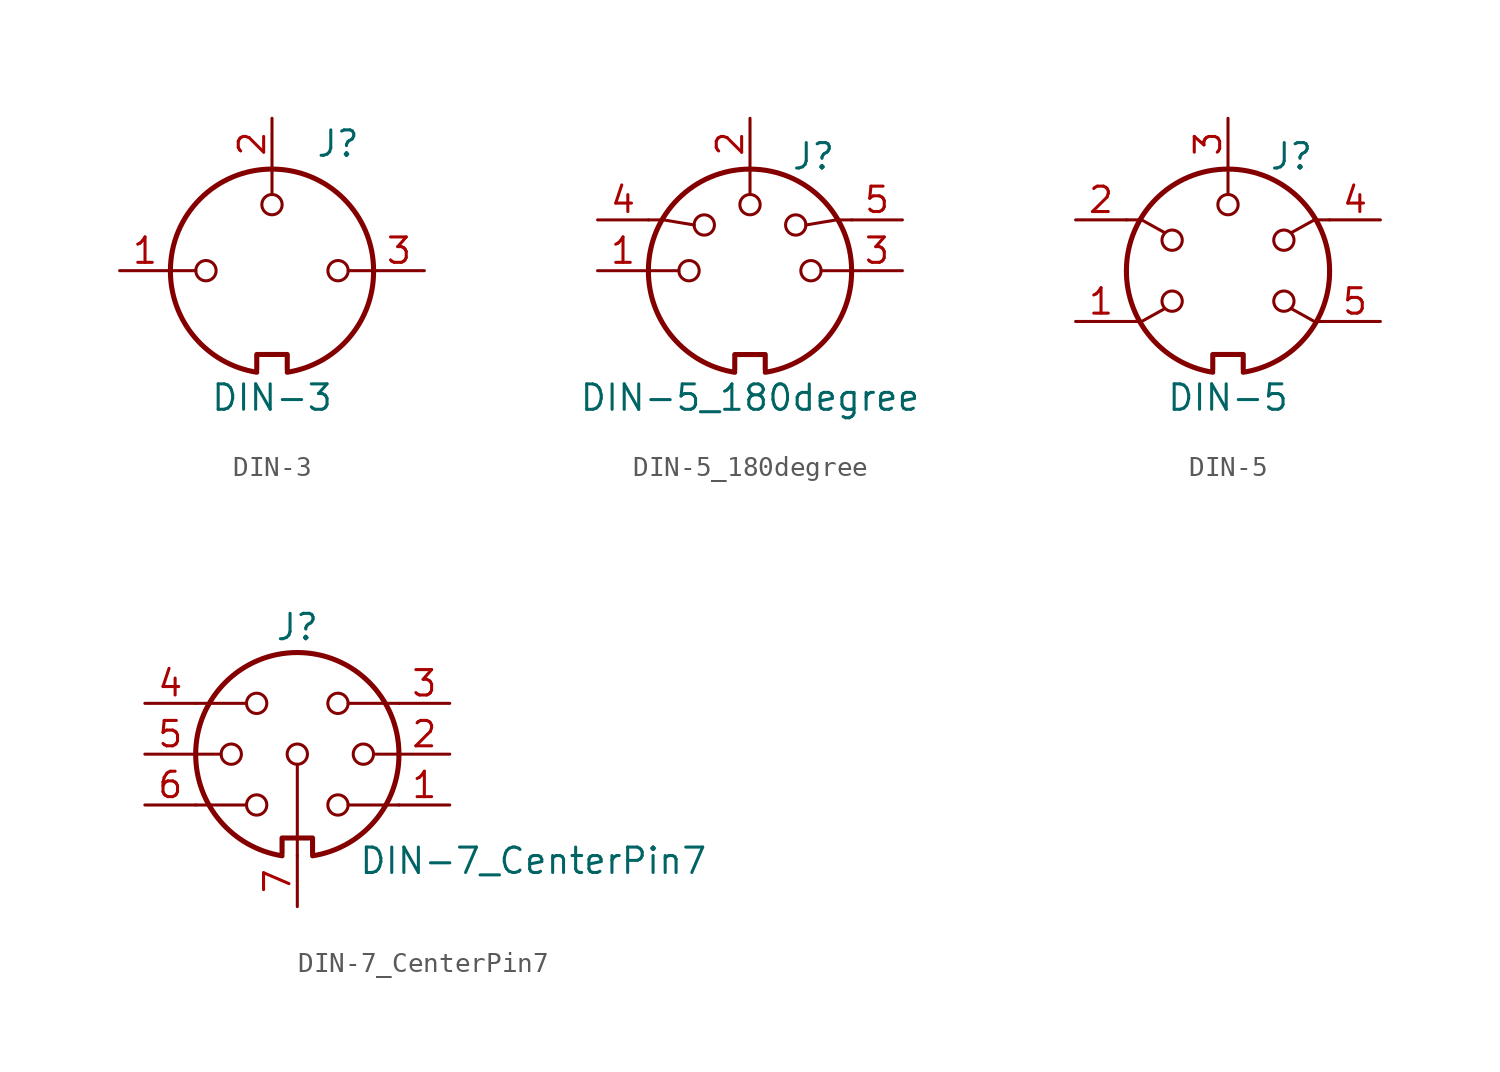
<source format=kicad_sym>
(kicad_symbol_lib
  (version 20220914)
  (generator kicad_symbol_editor)
  (symbol "DIN-3"
    (pin_names
      (offset 1.016))
    (property "Reference" "J"
      (at 3.302 6.35 0)
      (effects (font (size 1.27 1.27))))
    (property "Value" "DIN-3"
      (at 0 -6.35 0)
      (effects (font (size 1.27 1.27))))
    (symbol "DIN-3_0_1"
      (arc (start -5.08 0) (mid -3.8609 -3.3364) (end -0.762 -5.08) (stroke (width 0.254) (type default)) (fill (type none)))
      (circle (center -3.302 0) (radius 0.508) (stroke (width 0) (type default)) (fill (type none)))
      (polyline (pts (xy -3.81 0) (xy -5.08 0)) (stroke (width 0) (type default)) (fill (type none)))
      (polyline (pts (xy 0 3.81) (xy 0 5.08)) (stroke (width 0) (type default)) (fill (type none)))
      (polyline (pts (xy 5.08 0) (xy 3.81 0)) (stroke (width 0) (type default)) (fill (type none)))
      (polyline (pts (xy -0.762 -4.953) (xy -0.762 -4.191) (xy 0.762 -4.191) (xy 0.762 -4.953)) (stroke (width 0.254) (type default)) (fill (type none)))
      (circle (center 0 3.302) (radius 0.508) (stroke (width 0) (type default)) (fill (type none)))
      (arc (start 0.762 -5.08) (mid 3.8685 -3.343) (end 5.08 0) (stroke (width 0.254) (type default)) (fill (type none)))
      (circle (center 3.302 0) (radius 0.508) (stroke (width 0) (type default)) (fill (type none)))
      (arc (start 5.08 0) (mid 0 5.0579) (end -5.08 0) (stroke (width 0.254) (type default)) (fill (type none))))
    (symbol "DIN-3_1_1"
      (pin passive line (at -7.62 0 0) (length 2.54) (name "~" (effects (font (size 1.27 1.27)))) (number "1" (effects (font (size 1.27 1.27)))))
      (pin passive line (at 0 7.62 270) (length 2.54) (name "~" (effects (font (size 1.27 1.27)))) (number "2" (effects (font (size 1.27 1.27)))))
      (pin passive line (at 7.62 0 180) (length 2.54) (name "~" (effects (font (size 1.27 1.27)))) (number "3" (effects (font (size 1.27 1.27)))))))
  (symbol "DIN-5_180degree"
    (pin_names
      (offset 1.016))
    (property "Reference" "J"
      (at 3.175 5.715 0)
      (effects (font (size 1.27 1.27))))
    (property "Value" "DIN-5_180degree"
      (at 0 -6.35 0)
      (effects (font (size 1.27 1.27))))
    (symbol "DIN-5_180degree_0_1"
      (arc (start -5.08 0) (mid -3.8609 -3.3364) (end -0.762 -5.08) (stroke (width 0.254) (type default)) (fill (type none)))
      (circle (center -3.048 0) (radius 0.508) (stroke (width 0) (type default)) (fill (type none)))
      (circle (center -2.286 2.286) (radius 0.508) (stroke (width 0) (type default)) (fill (type none)))
      (polyline (pts (xy -5.08 0) (xy -3.556 0)) (stroke (width 0) (type default)) (fill (type none)))
      (polyline (pts (xy 0 5.08) (xy 0 3.81)) (stroke (width 0) (type default)) (fill (type none)))
      (polyline (pts (xy 5.08 0) (xy 3.556 0)) (stroke (width 0) (type default)) (fill (type none)))
      (polyline (pts (xy -5.08 2.54) (xy -4.318 2.54) (xy -2.794 2.286)) (stroke (width 0) (type default)) (fill (type none)))
      (polyline (pts (xy 5.08 2.54) (xy 4.318 2.54) (xy 2.794 2.286)) (stroke (width 0) (type default)) (fill (type none)))
      (polyline (pts (xy -0.762 -4.953) (xy -0.762 -4.191) (xy 0.762 -4.191) (xy 0.762 -4.953)) (stroke (width 0.254) (type default)) (fill (type none)))
      (circle (center 0 3.302) (radius 0.508) (stroke (width 0) (type default)) (fill (type none)))
      (arc (start 0.762 -5.08) (mid 3.8685 -3.343) (end 5.08 0) (stroke (width 0.254) (type default)) (fill (type none)))
      (circle (center 2.286 2.286) (radius 0.508) (stroke (width 0) (type default)) (fill (type none)))
      (circle (center 3.048 0) (radius 0.508) (stroke (width 0) (type default)) (fill (type none)))
      (arc (start 5.08 0) (mid 0 5.0579) (end -5.08 0) (stroke (width 0.254) (type default)) (fill (type none))))
    (symbol "DIN-5_180degree_1_1"
      (pin passive line (at -7.62 0 0) (length 2.54) (name "~" (effects (font (size 1.27 1.27)))) (number "1" (effects (font (size 1.27 1.27)))))
      (pin passive line (at 0 7.62 270) (length 2.54) (name "~" (effects (font (size 1.27 1.27)))) (number "2" (effects (font (size 1.27 1.27)))))
      (pin passive line (at 7.62 0 180) (length 2.54) (name "~" (effects (font (size 1.27 1.27)))) (number "3" (effects (font (size 1.27 1.27)))))
      (pin passive line (at -7.62 2.54 0) (length 2.54) (name "~" (effects (font (size 1.27 1.27)))) (number "4" (effects (font (size 1.27 1.27)))))
      (pin passive line (at 7.62 2.54 180) (length 2.54) (name "~" (effects (font (size 1.27 1.27)))) (number "5" (effects (font (size 1.27 1.27)))))))
  (symbol "DIN-5"
    (pin_names
      (offset 1.016))
    (property "Reference" "J"
      (at 3.175 5.715 0)
      (effects (font (size 1.27 1.27))))
    (property "Value" "DIN-5"
      (at 0 -6.35 0)
      (effects (font (size 1.27 1.27))))
    (symbol "DIN-5_0_1"
      (arc (start -5.08 0) (mid -3.8609 -3.3364) (end -0.762 -5.08) (stroke (width 0.254) (type default)) (fill (type none)))
      (circle (center -2.794 -1.524) (radius 0.508) (stroke (width 0) (type default)) (fill (type none)))
      (circle (center -2.794 1.524) (radius 0.508) (stroke (width 0) (type default)) (fill (type none)))
      (polyline (pts (xy 0 5.08) (xy 0 3.81)) (stroke (width 0) (type default)) (fill (type none)))
      (polyline (pts (xy -5.08 -2.54) (xy -4.318 -2.54) (xy -3.175 -1.905)) (stroke (width 0) (type default)) (fill (type none)))
      (polyline (pts (xy -5.08 2.54) (xy -4.318 2.54) (xy -3.175 1.905)) (stroke (width 0) (type default)) (fill (type none)))
      (polyline (pts (xy 5.08 -2.54) (xy 4.318 -2.54) (xy 3.175 -1.905)) (stroke (width 0) (type default)) (fill (type none)))
      (polyline (pts (xy 5.08 2.54) (xy 4.318 2.54) (xy 3.175 1.905)) (stroke (width 0) (type default)) (fill (type none)))
      (polyline (pts (xy -0.762 -4.953) (xy -0.762 -4.191) (xy 0.762 -4.191) (xy 0.762 -4.953)) (stroke (width 0.254) (type default)) (fill (type none)))
      (circle (center 0 3.302) (radius 0.508) (stroke (width 0) (type default)) (fill (type none)))
      (arc (start 0.762 -5.08) (mid 3.8685 -3.343) (end 5.08 0) (stroke (width 0.254) (type default)) (fill (type none)))
      (circle (center 2.794 -1.524) (radius 0.508) (stroke (width 0) (type default)) (fill (type none)))
      (circle (center 2.794 1.524) (radius 0.508) (stroke (width 0) (type default)) (fill (type none)))
      (arc (start 5.08 0) (mid 0 5.0579) (end -5.08 0) (stroke (width 0.254) (type default)) (fill (type none))))
    (symbol "DIN-5_1_1"
      (pin passive line (at -7.62 -2.54 0) (length 2.54) (name "~" (effects (font (size 1.27 1.27)))) (number "1" (effects (font (size 1.27 1.27)))))
      (pin passive line (at -7.62 2.54 0) (length 2.54) (name "~" (effects (font (size 1.27 1.27)))) (number "2" (effects (font (size 1.27 1.27)))))
      (pin passive line (at 0 7.62 270) (length 2.54) (name "~" (effects (font (size 1.27 1.27)))) (number "3" (effects (font (size 1.27 1.27)))))
      (pin passive line (at 7.62 2.54 180) (length 2.54) (name "~" (effects (font (size 1.27 1.27)))) (number "4" (effects (font (size 1.27 1.27)))))
      (pin passive line (at 7.62 -2.54 180) (length 2.54) (name "~" (effects (font (size 1.27 1.27)))) (number "5" (effects (font (size 1.27 1.27)))))))
  (symbol "DIN-7_CenterPin7"
    (pin_names
      (offset 1.016))
    (property "Reference" "J"
      (at 0 6.35 0)
      (effects (font (size 1.27 1.27))))
    (property "Value" "DIN-7_CenterPin7"
      (at 3.048 -5.334 0)
      (effects (font (size 1.27 1.27)) (justify left)))
    (symbol "DIN-7_CenterPin7_0_1"
      (arc (start -5.08 0) (mid -3.8609 -3.3364) (end -0.762 -5.08) (stroke (width 0.254) (type default)) (fill (type none)))
      (circle (center -3.302 0) (radius 0.508) (stroke (width 0) (type default)) (fill (type none)))
      (circle (center -2.032 -2.54) (radius 0.508) (stroke (width 0) (type default)) (fill (type none)))
      (circle (center -2.032 2.54) (radius 0.508) (stroke (width 0) (type default)) (fill (type none)))
      (polyline (pts (xy -5.08 0) (xy -3.81 0)) (stroke (width 0) (type default)) (fill (type none)))
      (polyline (pts (xy 0 -0.508) (xy 0 -5.08)) (stroke (width 0) (type default)) (fill (type none)))
      (polyline (pts (xy 5.08 0) (xy 3.81 0)) (stroke (width 0) (type default)) (fill (type none)))
      (polyline (pts (xy -5.08 -2.54) (xy -4.318 -2.54) (xy -2.54 -2.54)) (stroke (width 0) (type default)) (fill (type none)))
      (polyline (pts (xy -5.08 2.54) (xy -4.318 2.54) (xy -2.54 2.54)) (stroke (width 0) (type default)) (fill (type none)))
      (polyline (pts (xy 5.08 -2.54) (xy 4.318 -2.54) (xy 2.54 -2.54)) (stroke (width 0) (type default)) (fill (type none)))
      (polyline (pts (xy 5.08 2.54) (xy 4.318 2.54) (xy 2.54 2.54)) (stroke (width 0) (type default)) (fill (type none)))
      (polyline (pts (xy -0.762 -4.953) (xy -0.762 -4.191) (xy 0.762 -4.191) (xy 0.762 -4.953)) (stroke (width 0.254) (type default)) (fill (type none)))
      (circle (center 0 0) (radius 0.508) (stroke (width 0) (type default)) (fill (type none)))
      (arc (start 0.762 -5.08) (mid 3.8685 -3.343) (end 5.08 0) (stroke (width 0.254) (type default)) (fill (type none)))
      (circle (center 2.032 -2.54) (radius 0.508) (stroke (width 0) (type default)) (fill (type none)))
      (circle (center 2.032 2.54) (radius 0.508) (stroke (width 0) (type default)) (fill (type none)))
      (circle (center 3.302 0) (radius 0.508) (stroke (width 0) (type default)) (fill (type none)))
      (arc (start 5.08 0) (mid 0 5.0579) (end -5.08 0) (stroke (width 0.254) (type default)) (fill (type none))))
    (symbol "DIN-7_CenterPin7_1_1"
      (pin passive line (at 7.62 -2.54 180) (length 2.54) (name "~" (effects (font (size 1.27 1.27)))) (number "1" (effects (font (size 1.27 1.27)))))
      (pin passive line (at 7.62 0 180) (length 2.54) (name "~" (effects (font (size 1.27 1.27)))) (number "2" (effects (font (size 1.27 1.27)))))
      (pin passive line (at 7.62 2.54 180) (length 2.54) (name "~" (effects (font (size 1.27 1.27)))) (number "3" (effects (font (size 1.27 1.27)))))
      (pin passive line (at -7.62 2.54 0) (length 2.54) (name "~" (effects (font (size 1.27 1.27)))) (number "4" (effects (font (size 1.27 1.27)))))
      (pin passive line (at -7.62 0 0) (length 2.54) (name "~" (effects (font (size 1.27 1.27)))) (number "5" (effects (font (size 1.27 1.27)))))
      (pin passive line (at -7.62 -2.54 0) (length 2.54) (name "~" (effects (font (size 1.27 1.27)))) (number "6" (effects (font (size 1.27 1.27)))))
      (pin passive line (at 0 -7.62 90) (length 2.54) (name "~" (effects (font (size 1.27 1.27)))) (number "7" (effects (font (size 1.27 1.27))))))))
</source>
